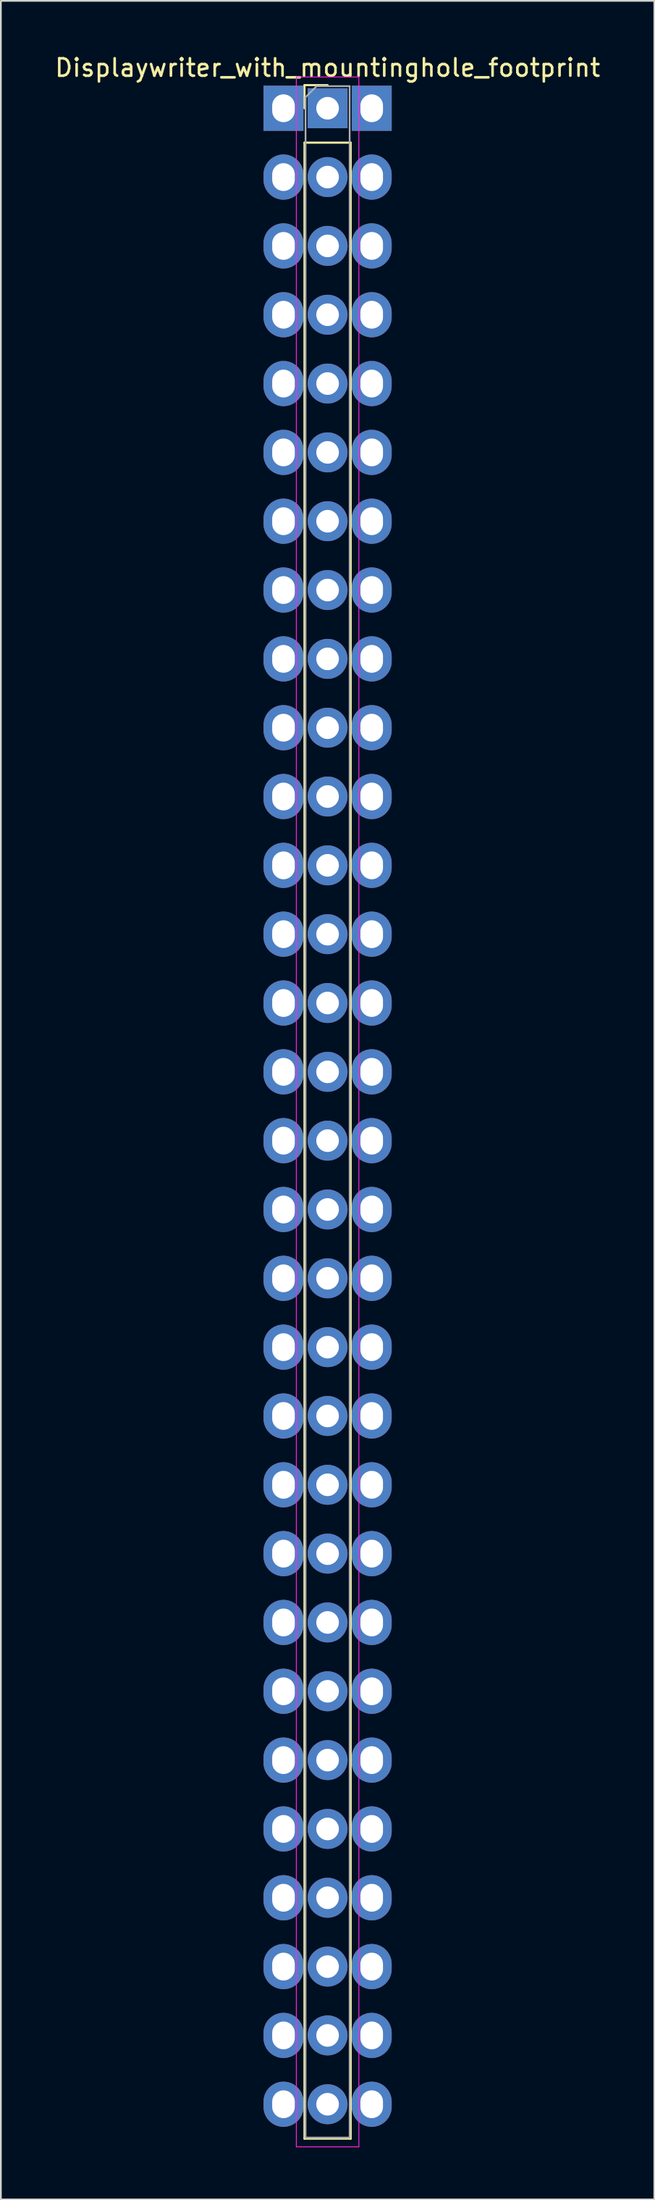
<source format=kicad_pcb>
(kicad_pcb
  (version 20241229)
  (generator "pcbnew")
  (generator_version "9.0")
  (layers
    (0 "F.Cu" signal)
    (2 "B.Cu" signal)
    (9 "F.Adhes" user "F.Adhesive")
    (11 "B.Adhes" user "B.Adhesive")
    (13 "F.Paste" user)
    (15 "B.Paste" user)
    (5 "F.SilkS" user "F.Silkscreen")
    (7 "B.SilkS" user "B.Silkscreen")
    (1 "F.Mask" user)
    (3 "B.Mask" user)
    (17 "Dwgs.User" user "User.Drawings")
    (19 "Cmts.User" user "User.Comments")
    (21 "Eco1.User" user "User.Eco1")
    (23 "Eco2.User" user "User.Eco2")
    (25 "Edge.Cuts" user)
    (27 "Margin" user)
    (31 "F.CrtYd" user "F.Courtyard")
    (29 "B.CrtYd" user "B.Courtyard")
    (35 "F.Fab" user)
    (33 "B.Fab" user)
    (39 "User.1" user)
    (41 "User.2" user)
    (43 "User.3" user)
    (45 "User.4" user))
  (footprint "Displaywriter_with_mountinghole_footprint"
    (layer "F.Cu")
    (at 15.815 3.178)
    (property "Reference" "Displaywriter_with_mountinghole_footprint" (at 0 -2.33 0) (layer "F.SilkS") (effects (font (size 1 1) (thickness 0.15))))
    (attr through_hole)
    (fp_line (start -1.33 -1.33) (end 0 -1.33) (stroke (width 0.12) (type solid)) (layer "F.SilkS"))
    (fp_line (start -1.33 0) (end -1.33 -1.33) (stroke (width 0.12) (type solid)) (layer "F.SilkS"))
    (fp_line (start -1.33 1.98) (end -1.33 116.82) (stroke (width 0.12) (type solid)) (layer "F.SilkS"))
    (fp_line (start -1.33 1.98) (end 1.33 1.98) (stroke (width 0.12) (type solid)) (layer "F.SilkS"))
    (fp_line (start -1.33 116.82) (end 1.33 116.82) (stroke (width 0.12) (type solid)) (layer "F.SilkS"))
    (fp_line (start 1.33 1.98) (end 1.33 116.82) (stroke (width 0.12) (type solid)) (layer "F.SilkS"))
    (fp_line (start -1.8 -1.8) (end -1.8 117.29) (stroke (width 0.05) (type solid)) (layer "F.CrtYd"))
    (fp_line (start -1.8 117.29) (end 1.8 117.29) (stroke (width 0.05) (type solid)) (layer "F.CrtYd"))
    (fp_line (start 1.8 -1.8) (end -1.8 -1.8) (stroke (width 0.05) (type solid)) (layer "F.CrtYd"))
    (fp_line (start 1.8 117.29) (end 1.8 -1.8) (stroke (width 0.05) (type solid)) (layer "F.CrtYd"))
    (fp_line (start -1.27 -0.635) (end -0.635 -1.27) (stroke (width 0.1) (type solid)) (layer "F.Fab"))
    (fp_line (start -1.27 116.76) (end -1.27 -0.635) (stroke (width 0.1) (type solid)) (layer "F.Fab"))
    (fp_line (start -0.635 -1.27) (end 1.27 -1.27) (stroke (width 0.1) (type solid)) (layer "F.Fab"))
    (fp_line (start 1.27 -1.27) (end 1.27 116.76) (stroke (width 0.1) (type solid)) (layer "F.Fab"))
    (fp_line (start 1.27 116.76) (end -1.27 116.76) (stroke (width 0.1) (type solid)) (layer "F.Fab"))
    (pad "1" thru_hole rect (at -2.54 0) (size 2.3 2.6) (drill oval 1.3 1.6) (layers "*.Cu" "*.Mask"))
    (pad "1" thru_hole rect (at 0 0) (size 2.3 2.3) (drill 1.3) (layers "*.Cu" "*.Mask"))
    (pad "1" thru_hole rect (at 2.54 0) (size 2.3 2.6) (drill oval 1.3 1.6) (layers "*.Cu" "*.Mask"))
    (pad "2" thru_hole oval (at -2.54 3.96) (size 2.3 2.6) (drill oval 1.3 1.6) (layers "*.Cu" "*.Mask"))
    (pad "2" thru_hole oval (at 0 3.96) (size 2.3 2.3) (drill 1.3) (layers "*.Cu" "*.Mask"))
    (pad "2" thru_hole oval (at 2.54 3.96) (size 2.3 2.6) (drill oval 1.3 1.6) (layers "*.Cu" "*.Mask"))
    (pad "3" thru_hole oval (at -2.54 7.92) (size 2.3 2.6) (drill oval 1.3 1.6) (layers "*.Cu" "*.Mask"))
    (pad "3" thru_hole oval (at 0 7.92) (size 2.3 2.3) (drill 1.3) (layers "*.Cu" "*.Mask"))
    (pad "3" thru_hole oval (at 2.54 7.92) (size 2.3 2.6) (drill oval 1.3 1.6) (layers "*.Cu" "*.Mask"))
    (pad "4" thru_hole oval (at -2.54 11.88) (size 2.3 2.6) (drill oval 1.3 1.6) (layers "*.Cu" "*.Mask"))
    (pad "4" thru_hole oval (at 0 11.88) (size 2.3 2.3) (drill 1.3) (layers "*.Cu" "*.Mask"))
    (pad "4" thru_hole oval (at 2.54 11.88) (size 2.3 2.6) (drill oval 1.3 1.6) (layers "*.Cu" "*.Mask"))
    (pad "5" thru_hole oval (at -2.54 15.84) (size 2.3 2.6) (drill oval 1.3 1.6) (layers "*.Cu" "*.Mask"))
    (pad "5" thru_hole oval (at 0 15.84) (size 2.3 2.3) (drill 1.3) (layers "*.Cu" "*.Mask"))
    (pad "5" thru_hole oval (at 2.54 15.84) (size 2.3 2.6) (drill oval 1.3 1.6) (layers "*.Cu" "*.Mask"))
    (pad "6" thru_hole oval (at -2.54 19.8) (size 2.3 2.6) (drill oval 1.3 1.6) (layers "*.Cu" "*.Mask"))
    (pad "6" thru_hole oval (at 0 19.8) (size 2.3 2.3) (drill 1.3) (layers "*.Cu" "*.Mask"))
    (pad "6" thru_hole oval (at 2.54 19.8) (size 2.3 2.6) (drill oval 1.3 1.6) (layers "*.Cu" "*.Mask"))
    (pad "7" thru_hole oval (at -2.54 23.76) (size 2.3 2.6) (drill oval 1.3 1.6) (layers "*.Cu" "*.Mask"))
    (pad "7" thru_hole oval (at 0 23.76) (size 2.3 2.3) (drill 1.3) (layers "*.Cu" "*.Mask"))
    (pad "7" thru_hole oval (at 2.54 23.76) (size 2.3 2.6) (drill oval 1.3 1.6) (layers "*.Cu" "*.Mask"))
    (pad "8" thru_hole oval (at -2.54 27.72) (size 2.3 2.6) (drill oval 1.3 1.6) (layers "*.Cu" "*.Mask"))
    (pad "8" thru_hole oval (at 0 27.72) (size 2.3 2.3) (drill 1.3) (layers "*.Cu" "*.Mask"))
    (pad "8" thru_hole oval (at 2.54 27.72) (size 2.3 2.6) (drill oval 1.3 1.6) (layers "*.Cu" "*.Mask"))
    (pad "9" thru_hole oval (at -2.54 31.68) (size 2.3 2.6) (drill oval 1.3 1.6) (layers "*.Cu" "*.Mask"))
    (pad "9" thru_hole oval (at 0 31.68) (size 2.3 2.3) (drill 1.3) (layers "*.Cu" "*.Mask"))
    (pad "9" thru_hole oval (at 2.54 31.68) (size 2.3 2.6) (drill oval 1.3 1.6) (layers "*.Cu" "*.Mask"))
    (pad "10" thru_hole oval (at -2.54 35.64) (size 2.3 2.6) (drill oval 1.3 1.6) (layers "*.Cu" "*.Mask"))
    (pad "10" thru_hole oval (at 0 35.64) (size 2.3 2.3) (drill 1.3) (layers "*.Cu" "*.Mask"))
    (pad "10" thru_hole oval (at 2.54 35.64) (size 2.3 2.6) (drill oval 1.3 1.6) (layers "*.Cu" "*.Mask"))
    (pad "11" thru_hole oval (at -2.54 39.6) (size 2.3 2.6) (drill oval 1.3 1.6) (layers "*.Cu" "*.Mask"))
    (pad "11" thru_hole oval (at 0 39.6) (size 2.3 2.3) (drill 1.3) (layers "*.Cu" "*.Mask"))
    (pad "11" thru_hole oval (at 2.54 39.6) (size 2.3 2.6) (drill oval 1.3 1.6) (layers "*.Cu" "*.Mask"))
    (pad "12" thru_hole oval (at -2.54 43.56) (size 2.3 2.6) (drill oval 1.3 1.6) (layers "*.Cu" "*.Mask"))
    (pad "12" thru_hole oval (at 0 43.56) (size 2.3 2.3) (drill 1.3) (layers "*.Cu" "*.Mask"))
    (pad "12" thru_hole oval (at 2.54 43.56) (size 2.3 2.6) (drill oval 1.3 1.6) (layers "*.Cu" "*.Mask"))
    (pad "13" thru_hole oval (at -2.54 47.52) (size 2.3 2.6) (drill oval 1.3 1.6) (layers "*.Cu" "*.Mask"))
    (pad "13" thru_hole oval (at 0 47.52) (size 2.3 2.3) (drill 1.3) (layers "*.Cu" "*.Mask"))
    (pad "13" thru_hole oval (at 2.54 47.52) (size 2.3 2.6) (drill oval 1.3 1.6) (layers "*.Cu" "*.Mask"))
    (pad "14" thru_hole oval (at -2.54 51.48) (size 2.3 2.6) (drill oval 1.3 1.6) (layers "*.Cu" "*.Mask"))
    (pad "14" thru_hole oval (at 0 51.48) (size 2.3 2.3) (drill 1.3) (layers "*.Cu" "*.Mask"))
    (pad "14" thru_hole oval (at 2.54 51.48) (size 2.3 2.6) (drill oval 1.3 1.6) (layers "*.Cu" "*.Mask"))
    (pad "15" thru_hole oval (at -2.54 55.44) (size 2.3 2.6) (drill oval 1.3 1.6) (layers "*.Cu" "*.Mask"))
    (pad "15" thru_hole oval (at 0 55.44) (size 2.3 2.3) (drill 1.3) (layers "*.Cu" "*.Mask"))
    (pad "15" thru_hole oval (at 2.54 55.44) (size 2.3 2.6) (drill oval 1.3 1.6) (layers "*.Cu" "*.Mask"))
    (pad "16" thru_hole oval (at -2.54 59.4) (size 2.3 2.6) (drill oval 1.3 1.6) (layers "*.Cu" "*.Mask"))
    (pad "16" thru_hole oval (at 0 59.4) (size 2.3 2.3) (drill 1.3) (layers "*.Cu" "*.Mask"))
    (pad "16" thru_hole oval (at 2.54 59.4) (size 2.3 2.6) (drill oval 1.3 1.6) (layers "*.Cu" "*.Mask"))
    (pad "17" thru_hole oval (at -2.54 63.36) (size 2.3 2.6) (drill oval 1.3 1.6) (layers "*.Cu" "*.Mask"))
    (pad "17" thru_hole oval (at 0 63.36) (size 2.3 2.3) (drill 1.3) (layers "*.Cu" "*.Mask"))
    (pad "17" thru_hole oval (at 2.54 63.36) (size 2.3 2.6) (drill oval 1.3 1.6) (layers "*.Cu" "*.Mask"))
    (pad "18" thru_hole oval (at -2.54 67.32) (size 2.3 2.6) (drill oval 1.3 1.6) (layers "*.Cu" "*.Mask"))
    (pad "18" thru_hole oval (at 0 67.32) (size 2.3 2.3) (drill 1.3) (layers "*.Cu" "*.Mask"))
    (pad "18" thru_hole oval (at 2.54 67.32) (size 2.3 2.6) (drill oval 1.3 1.6) (layers "*.Cu" "*.Mask"))
    (pad "19" thru_hole oval (at -2.54 71.28) (size 2.3 2.6) (drill oval 1.3 1.6) (layers "*.Cu" "*.Mask"))
    (pad "19" thru_hole oval (at 0 71.28) (size 2.3 2.3) (drill 1.3) (layers "*.Cu" "*.Mask"))
    (pad "19" thru_hole oval (at 2.54 71.28) (size 2.3 2.6) (drill oval 1.3 1.6) (layers "*.Cu" "*.Mask"))
    (pad "20" thru_hole oval (at -2.54 75.24) (size 2.3 2.6) (drill oval 1.3 1.6) (layers "*.Cu" "*.Mask"))
    (pad "20" thru_hole oval (at 0 75.24) (size 2.3 2.3) (drill 1.3) (layers "*.Cu" "*.Mask"))
    (pad "20" thru_hole oval (at 2.54 75.24) (size 2.3 2.6) (drill oval 1.3 1.6) (layers "*.Cu" "*.Mask"))
    (pad "21" thru_hole oval (at -2.54 79.2) (size 2.3 2.6) (drill oval 1.3 1.6) (layers "*.Cu" "*.Mask"))
    (pad "21" thru_hole oval (at 0 79.2) (size 2.3 2.3) (drill 1.3) (layers "*.Cu" "*.Mask"))
    (pad "21" thru_hole oval (at 2.54 79.2) (size 2.3 2.6) (drill oval 1.3 1.6) (layers "*.Cu" "*.Mask"))
    (pad "22" thru_hole oval (at -2.54 83.16) (size 2.3 2.6) (drill oval 1.3 1.6) (layers "*.Cu" "*.Mask"))
    (pad "22" thru_hole oval (at 0 83.16) (size 2.3 2.3) (drill 1.3) (layers "*.Cu" "*.Mask"))
    (pad "22" thru_hole oval (at 2.54 83.16) (size 2.3 2.6) (drill oval 1.3 1.6) (layers "*.Cu" "*.Mask"))
    (pad "23" thru_hole oval (at -2.54 87.12) (size 2.3 2.6) (drill oval 1.3 1.6) (layers "*.Cu" "*.Mask"))
    (pad "23" thru_hole oval (at 0 87.12) (size 2.3 2.3) (drill 1.3) (layers "*.Cu" "*.Mask"))
    (pad "23" thru_hole oval (at 2.54 87.12) (size 2.3 2.6) (drill oval 1.3 1.6) (layers "*.Cu" "*.Mask"))
    (pad "24" thru_hole oval (at -2.54 91.08) (size 2.3 2.6) (drill oval 1.3 1.6) (layers "*.Cu" "*.Mask"))
    (pad "24" thru_hole oval (at 0 91.08) (size 2.3 2.3) (drill 1.3) (layers "*.Cu" "*.Mask"))
    (pad "24" thru_hole oval (at 2.54 91.08) (size 2.3 2.6) (drill oval 1.3 1.6) (layers "*.Cu" "*.Mask"))
    (pad "25" thru_hole oval (at -2.54 95.04) (size 2.3 2.6) (drill oval 1.3 1.6) (layers "*.Cu" "*.Mask"))
    (pad "25" thru_hole oval (at 0 95.04) (size 2.3 2.3) (drill 1.3) (layers "*.Cu" "*.Mask"))
    (pad "25" thru_hole oval (at 2.54 95.04) (size 2.3 2.6) (drill oval 1.3 1.6) (layers "*.Cu" "*.Mask"))
    (pad "26" thru_hole oval (at -2.54 99) (size 2.3 2.6) (drill oval 1.3 1.6) (layers "*.Cu" "*.Mask"))
    (pad "26" thru_hole oval (at 0 99) (size 2.3 2.3) (drill 1.3) (layers "*.Cu" "*.Mask"))
    (pad "26" thru_hole oval (at 2.54 99) (size 2.3 2.6) (drill oval 1.3 1.6) (layers "*.Cu" "*.Mask"))
    (pad "27" thru_hole oval (at -2.54 102.96) (size 2.3 2.6) (drill oval 1.3 1.6) (layers "*.Cu" "*.Mask"))
    (pad "27" thru_hole oval (at 0 102.96) (size 2.3 2.3) (drill 1.3) (layers "*.Cu" "*.Mask"))
    (pad "27" thru_hole oval (at 2.54 102.96) (size 2.3 2.6) (drill oval 1.3 1.6) (layers "*.Cu" "*.Mask"))
    (pad "28" thru_hole oval (at -2.54 106.92) (size 2.3 2.6) (drill oval 1.3 1.6) (layers "*.Cu" "*.Mask"))
    (pad "28" thru_hole oval (at 0 106.92) (size 2.3 2.3) (drill 1.3) (layers "*.Cu" "*.Mask"))
    (pad "28" thru_hole oval (at 2.54 106.92) (size 2.3 2.6) (drill oval 1.3 1.6) (layers "*.Cu" "*.Mask"))
    (pad "29" thru_hole oval (at -2.54 110.88) (size 2.3 2.6) (drill oval 1.3 1.6) (layers "*.Cu" "*.Mask"))
    (pad "29" thru_hole oval (at 0 110.88) (size 2.3 2.3) (drill 1.3) (layers "*.Cu" "*.Mask"))
    (pad "29" thru_hole oval (at 2.54 110.88) (size 2.3 2.6) (drill oval 1.3 1.6) (layers "*.Cu" "*.Mask"))
    (pad "30" thru_hole oval (at -2.54 114.84) (size 2.3 2.6) (drill oval 1.3 1.6) (layers "*.Cu" "*.Mask"))
    (pad "30" thru_hole oval (at 0 114.84) (size 2.3 2.3) (drill 1.3) (layers "*.Cu" "*.Mask"))
    (pad "30" thru_hole oval (at 2.54 114.84) (size 2.3 2.6) (drill oval 1.3 1.6) (layers "*.Cu" "*.Mask")))
  (gr_rect
    (start -3 -3)
    (end 34.631 123.493)
    (stroke (width 0.1) (type default))
    (fill no)
    (layer "Edge.Cuts")))
</source>
